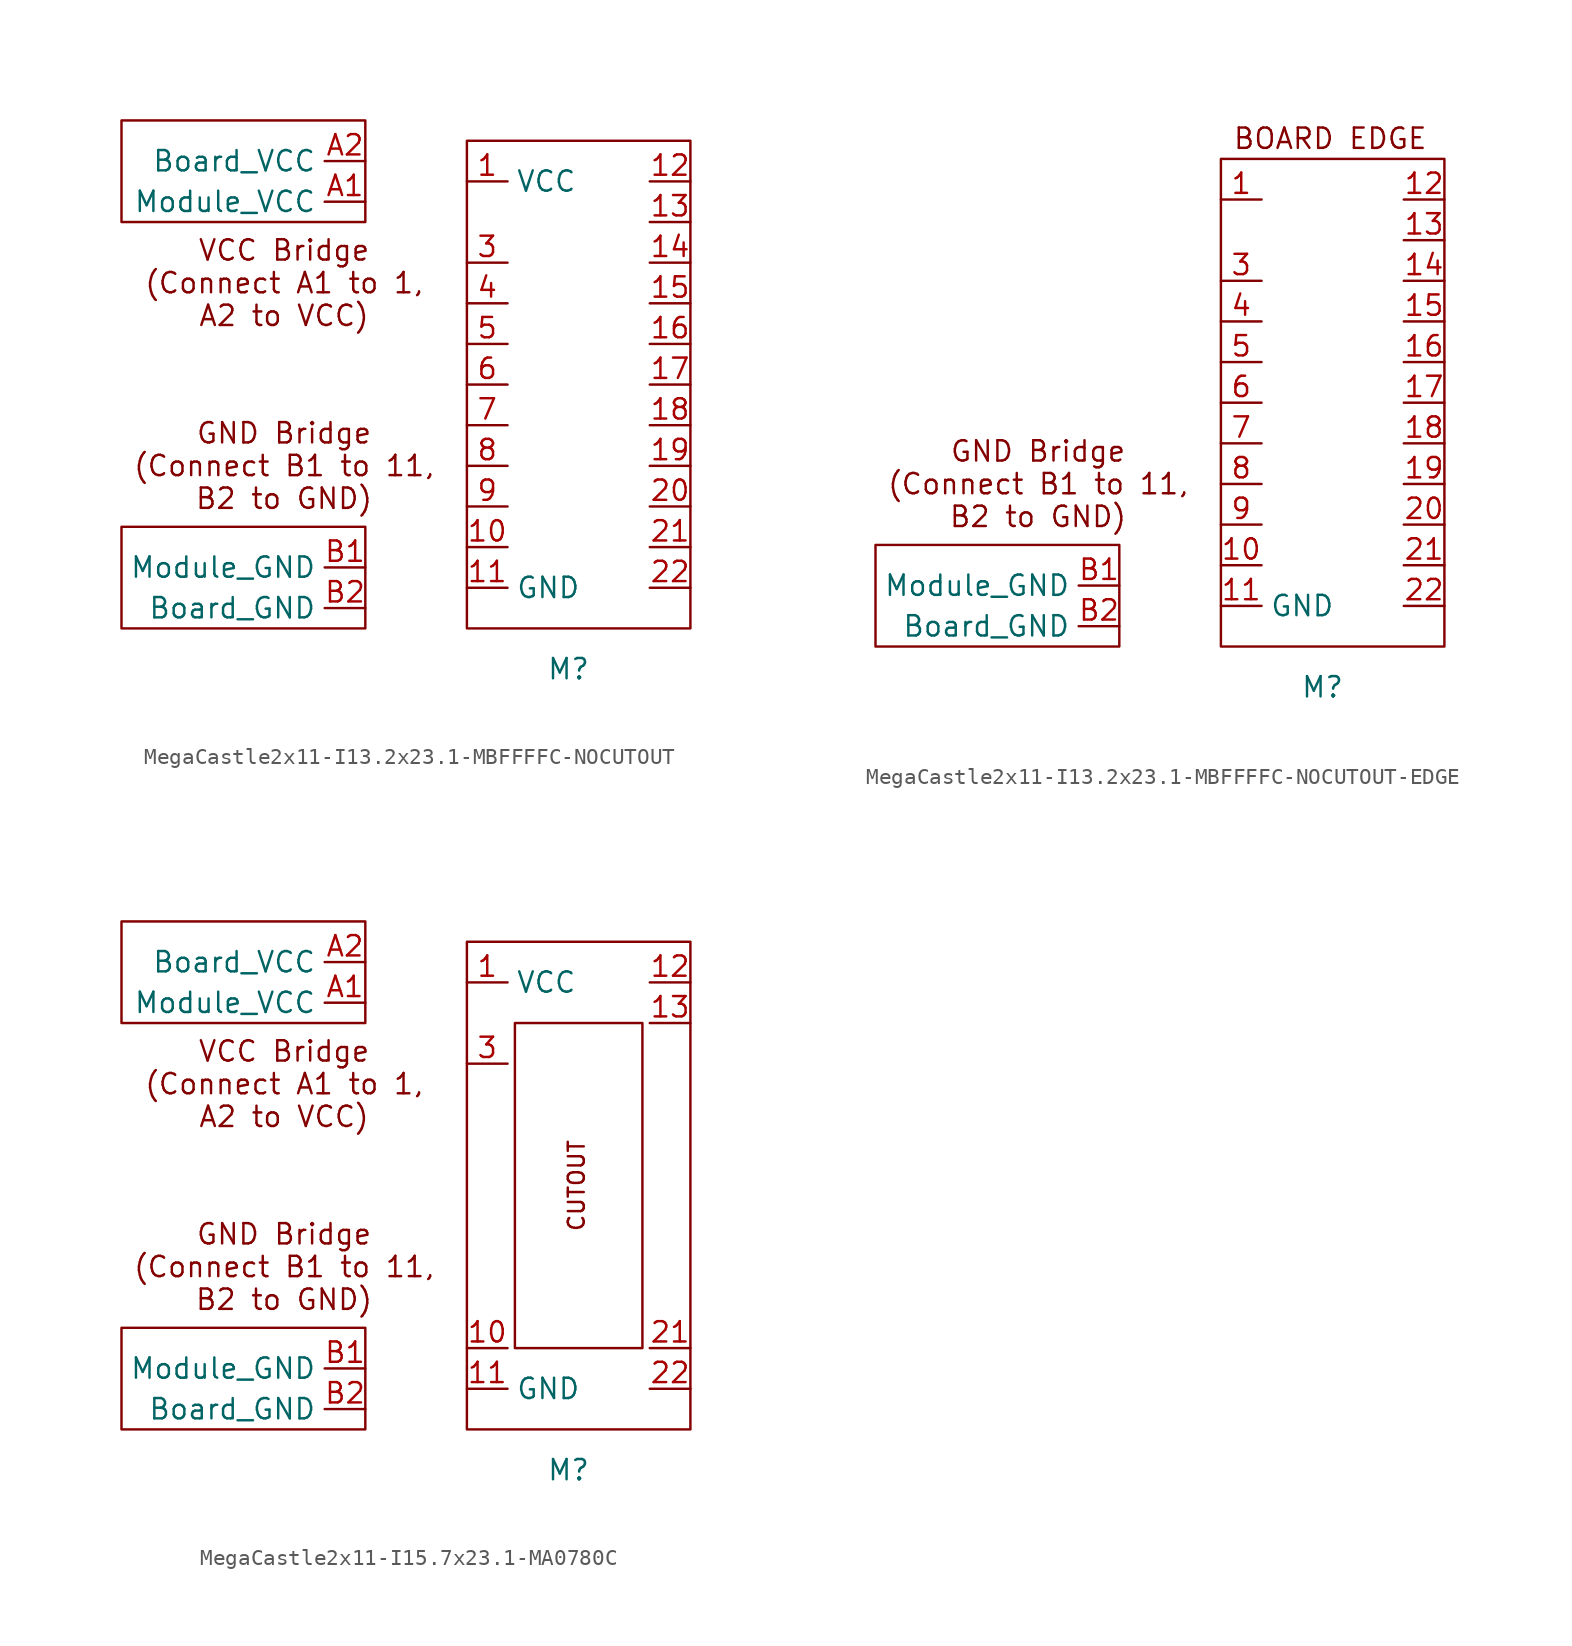
<source format=kicad_sym>
(kicad_symbol_lib
  (version 20241209)
  (generator "kicad_symbol_editor")
  (generator_version "9.0")
  (symbol "MegaCastle2x11-I13.2x23.1-MBFFFFC-NOCUTOUT"
    (property "Reference" "M"
      (at 0 -17.78 0)
      (effects (font (size 1.27 1.27))))
    (property "Value" ""
      (at 0 5.08 0)
      (effects (font (size 1.27 1.27))))
    (symbol "MegaCastle2x11-I13.2x23.1-MBFFFFC-NOCUTOUT_0_1"
      (rectangle (start -27.94 16.51) (end -12.7 10.16) (stroke (width 0) (type default)) (fill (type none)))
      (rectangle (start -27.94 -8.89) (end -12.7 -15.24) (stroke (width 0) (type default)) (fill (type none)))
      (rectangle (start -6.35 15.24) (end 7.62 -15.24) (stroke (width 0) (type default)) (fill (type none))))
    (symbol "MegaCastle2x11-I13.2x23.1-MBFFFFC-NOCUTOUT_1_1"
      (text "VCC Bridge\n(Connect A1 to 1,\nA2 to VCC)" (at -17.78 6.35 0) (effects (font (size 1.27 1.27))))
      (text "GND Bridge\n(Connect B1 to 11,\nB2 to GND)" (at -17.78 -5.08 0) (effects (font (size 1.27 1.27))))
      (pin bidirectional line (at -12.7 13.97 180) (length 2.54) (name "Board_VCC" (effects (font (size 1.27 1.27)))) (number "A2" (effects (font (size 1.27 1.27)))))
      (pin bidirectional line (at -12.7 11.43 180) (length 2.54) (name "Module_VCC" (effects (font (size 1.27 1.27)))) (number "A1" (effects (font (size 1.27 1.27)))))
      (pin bidirectional line (at -12.7 -11.43 180) (length 2.54) (name "Module_GND" (effects (font (size 1.27 1.27)))) (number "B1" (effects (font (size 1.27 1.27)))))
      (pin bidirectional line (at -12.7 -13.97 180) (length 2.54) (name "Board_GND" (effects (font (size 1.27 1.27)))) (number "B2" (effects (font (size 1.27 1.27)))))
      (pin bidirectional line (at -6.35 12.7 0) (length 2.54) (name "VCC" (effects (font (size 1.27 1.27)))) (number "1" (effects (font (size 1.27 1.27)))))
      (pin bidirectional line (at -6.35 7.62 0) (length 2.54) (name "" (effects (font (size 1.27 1.27)))) (number "3" (effects (font (size 1.27 1.27)))))
      (pin bidirectional line (at -6.35 5.08 0) (length 2.54) (name "" (effects (font (size 1.27 1.27)))) (number "4" (effects (font (size 1.27 1.27)))))
      (pin bidirectional line (at -6.35 2.54 0) (length 2.54) (name "" (effects (font (size 1.27 1.27)))) (number "5" (effects (font (size 1.27 1.27)))))
      (pin bidirectional line (at -6.35 0 0) (length 2.54) (name "" (effects (font (size 1.27 1.27)))) (number "6" (effects (font (size 1.27 1.27)))))
      (pin bidirectional line (at -6.35 -2.54 0) (length 2.54) (name "" (effects (font (size 1.27 1.27)))) (number "7" (effects (font (size 1.27 1.27)))))
      (pin bidirectional line (at -6.35 -5.08 0) (length 2.54) (name "" (effects (font (size 1.27 1.27)))) (number "8" (effects (font (size 1.27 1.27)))))
      (pin bidirectional line (at -6.35 -7.62 0) (length 2.54) (name "" (effects (font (size 1.27 1.27)))) (number "9" (effects (font (size 1.27 1.27)))))
      (pin bidirectional line (at -6.35 -10.16 0) (length 2.54) (name "" (effects (font (size 1.27 1.27)))) (number "10" (effects (font (size 1.27 1.27)))))
      (pin bidirectional line (at -6.35 -12.7 0) (length 2.54) (name "GND" (effects (font (size 1.27 1.27)))) (number "11" (effects (font (size 1.27 1.27)))))
      (pin bidirectional line (at 7.62 12.7 180) (length 2.54) (name "" (effects (font (size 1.27 1.27)))) (number "12" (effects (font (size 1.27 1.27)))))
      (pin bidirectional line (at 7.62 10.16 180) (length 2.54) (name "" (effects (font (size 1.27 1.27)))) (number "13" (effects (font (size 1.27 1.27)))))
      (pin bidirectional line (at 7.62 7.62 180) (length 2.54) (name "" (effects (font (size 1.27 1.27)))) (number "14" (effects (font (size 1.27 1.27)))))
      (pin bidirectional line (at 7.62 5.08 180) (length 2.54) (name "" (effects (font (size 1.27 1.27)))) (number "15" (effects (font (size 1.27 1.27)))))
      (pin bidirectional line (at 7.62 2.54 180) (length 2.54) (name "" (effects (font (size 1.27 1.27)))) (number "16" (effects (font (size 1.27 1.27)))))
      (pin bidirectional line (at 7.62 0 180) (length 2.54) (name "" (effects (font (size 1.27 1.27)))) (number "17" (effects (font (size 1.27 1.27)))))
      (pin bidirectional line (at 7.62 -2.54 180) (length 2.54) (name "" (effects (font (size 1.27 1.27)))) (number "18" (effects (font (size 1.27 1.27)))))
      (pin bidirectional line (at 7.62 -5.08 180) (length 2.54) (name "" (effects (font (size 1.27 1.27)))) (number "19" (effects (font (size 1.27 1.27)))))
      (pin bidirectional line (at 7.62 -7.62 180) (length 2.54) (name "" (effects (font (size 1.27 1.27)))) (number "20" (effects (font (size 1.27 1.27)))))
      (pin bidirectional line (at 7.62 -10.16 180) (length 2.54) (name "" (effects (font (size 1.27 1.27)))) (number "21" (effects (font (size 1.27 1.27)))))
      (pin bidirectional line (at 7.62 -12.7 180) (length 2.54) (name "" (effects (font (size 1.27 1.27)))) (number "22" (effects (font (size 1.27 1.27)))))))
  (symbol "MegaCastle2x11-I13.2x23.1-MBFFFFC-NOCUTOUT-EDGE"
    (property "Reference" "M"
      (at 0 -17.78 0)
      (effects (font (size 1.27 1.27))))
    (property "Value" ""
      (at 0 5.08 0)
      (effects (font (size 1.27 1.27))))
    (symbol "MegaCastle2x11-I13.2x23.1-MBFFFFC-NOCUTOUT-EDGE_0_1"
      (rectangle (start -27.94 -8.89) (end -12.7 -15.24) (stroke (width 0) (type default)) (fill (type none)))
      (rectangle (start -6.35 15.24) (end 7.62 -15.24) (stroke (width 0) (type default)) (fill (type none))))
    (symbol "MegaCastle2x11-I13.2x23.1-MBFFFFC-NOCUTOUT-EDGE_1_1"
      (text "GND Bridge\n(Connect B1 to 11,\nB2 to GND)" (at -17.78 -5.08 0) (effects (font (size 1.27 1.27))))
      (text " BOARD EDGE" (at 0 16.51 0) (effects (font (size 1.27 1.27))))
      (pin bidirectional line (at -12.7 -11.43 180) (length 2.54) (name "Module_GND" (effects (font (size 1.27 1.27)))) (number "B1" (effects (font (size 1.27 1.27)))))
      (pin bidirectional line (at -12.7 -13.97 180) (length 2.54) (name "Board_GND" (effects (font (size 1.27 1.27)))) (number "B2" (effects (font (size 1.27 1.27)))))
      (pin bidirectional line (at -6.35 12.7 0) (length 2.54) (name "" (effects (font (size 1.27 1.27)))) (number "1" (effects (font (size 1.27 1.27)))))
      (pin bidirectional line (at -6.35 7.62 0) (length 2.54) (name "" (effects (font (size 1.27 1.27)))) (number "3" (effects (font (size 1.27 1.27)))))
      (pin bidirectional line (at -6.35 5.08 0) (length 2.54) (name "" (effects (font (size 1.27 1.27)))) (number "4" (effects (font (size 1.27 1.27)))))
      (pin bidirectional line (at -6.35 2.54 0) (length 2.54) (name "" (effects (font (size 1.27 1.27)))) (number "5" (effects (font (size 1.27 1.27)))))
      (pin bidirectional line (at -6.35 0 0) (length 2.54) (name "" (effects (font (size 1.27 1.27)))) (number "6" (effects (font (size 1.27 1.27)))))
      (pin bidirectional line (at -6.35 -2.54 0) (length 2.54) (name "" (effects (font (size 1.27 1.27)))) (number "7" (effects (font (size 1.27 1.27)))))
      (pin bidirectional line (at -6.35 -5.08 0) (length 2.54) (name "" (effects (font (size 1.27 1.27)))) (number "8" (effects (font (size 1.27 1.27)))))
      (pin bidirectional line (at -6.35 -7.62 0) (length 2.54) (name "" (effects (font (size 1.27 1.27)))) (number "9" (effects (font (size 1.27 1.27)))))
      (pin bidirectional line (at -6.35 -10.16 0) (length 2.54) (name "" (effects (font (size 1.27 1.27)))) (number "10" (effects (font (size 1.27 1.27)))))
      (pin bidirectional line (at -6.35 -12.7 0) (length 2.54) (name "GND" (effects (font (size 1.27 1.27)))) (number "11" (effects (font (size 1.27 1.27)))))
      (pin bidirectional line (at 7.62 12.7 180) (length 2.54) (name "" (effects (font (size 1.27 1.27)))) (number "12" (effects (font (size 1.27 1.27)))))
      (pin bidirectional line (at 7.62 10.16 180) (length 2.54) (name "" (effects (font (size 1.27 1.27)))) (number "13" (effects (font (size 1.27 1.27)))))
      (pin bidirectional line (at 7.62 7.62 180) (length 2.54) (name "" (effects (font (size 1.27 1.27)))) (number "14" (effects (font (size 1.27 1.27)))))
      (pin bidirectional line (at 7.62 5.08 180) (length 2.54) (name "" (effects (font (size 1.27 1.27)))) (number "15" (effects (font (size 1.27 1.27)))))
      (pin bidirectional line (at 7.62 2.54 180) (length 2.54) (name "" (effects (font (size 1.27 1.27)))) (number "16" (effects (font (size 1.27 1.27)))))
      (pin bidirectional line (at 7.62 0 180) (length 2.54) (name "" (effects (font (size 1.27 1.27)))) (number "17" (effects (font (size 1.27 1.27)))))
      (pin bidirectional line (at 7.62 -2.54 180) (length 2.54) (name "" (effects (font (size 1.27 1.27)))) (number "18" (effects (font (size 1.27 1.27)))))
      (pin bidirectional line (at 7.62 -5.08 180) (length 2.54) (name "" (effects (font (size 1.27 1.27)))) (number "19" (effects (font (size 1.27 1.27)))))
      (pin bidirectional line (at 7.62 -7.62 180) (length 2.54) (name "" (effects (font (size 1.27 1.27)))) (number "20" (effects (font (size 1.27 1.27)))))
      (pin bidirectional line (at 7.62 -10.16 180) (length 2.54) (name "" (effects (font (size 1.27 1.27)))) (number "21" (effects (font (size 1.27 1.27)))))
      (pin bidirectional line (at 7.62 -12.7 180) (length 2.54) (name "" (effects (font (size 1.27 1.27)))) (number "22" (effects (font (size 1.27 1.27)))))))
  (symbol "MegaCastle2x11-I15.7x23.1-MA0780C"
    (property "Reference" "M"
      (at 0 -17.78 0)
      (effects (font (size 1.27 1.27))))
    (property "Value" ""
      (at 0 5.08 0)
      (effects (font (size 1.27 1.27))))
    (symbol "MegaCastle2x11-I15.7x23.1-MA0780C_0_1"
      (rectangle (start -27.94 16.51) (end -12.7 10.16) (stroke (width 0) (type default)) (fill (type none)))
      (rectangle (start -27.94 -8.89) (end -12.7 -15.24) (stroke (width 0) (type default)) (fill (type none)))
      (rectangle (start -6.35 15.24) (end 7.62 -15.24) (stroke (width 0) (type default)) (fill (type none)))
      (rectangle (start -3.35 10.16) (end 4.62 -10.16) (stroke (width 0) (type default)) (fill (type none))))
    (symbol "MegaCastle2x11-I15.7x23.1-MA0780C_1_1"
      (text "VCC Bridge\n(Connect A1 to 1,\nA2 to VCC)" (at -17.78 6.35 0) (effects (font (size 1.27 1.27))))
      (text "GND Bridge\n(Connect B1 to 11,\nB2 to GND)" (at -17.78 -5.08 0) (effects (font (size 1.27 1.27))))
      (text "CUTOUT" (at 0.5 0 900) (effects (font (size 1 1))))
      (pin bidirectional line (at -12.7 13.97 180) (length 2.54) (name "Board_VCC" (effects (font (size 1.27 1.27)))) (number "A2" (effects (font (size 1.27 1.27)))))
      (pin bidirectional line (at -12.7 11.43 180) (length 2.54) (name "Module_VCC" (effects (font (size 1.27 1.27)))) (number "A1" (effects (font (size 1.27 1.27)))))
      (pin bidirectional line (at -12.7 -11.43 180) (length 2.54) (name "Module_GND" (effects (font (size 1.27 1.27)))) (number "B1" (effects (font (size 1.27 1.27)))))
      (pin bidirectional line (at -12.7 -13.97 180) (length 2.54) (name "Board_GND" (effects (font (size 1.27 1.27)))) (number "B2" (effects (font (size 1.27 1.27)))))
      (pin bidirectional line (at -6.35 12.7 0) (length 2.54) (name "VCC" (effects (font (size 1.27 1.27)))) (number "1" (effects (font (size 1.27 1.27)))))
      (pin bidirectional line (at -6.35 7.62 0) (length 2.54) (name "" (effects (font (size 1.27 1.27)))) (number "3" (effects (font (size 1.27 1.27)))))
      (pin bidirectional line (at -6.35 -10.16 0) (length 2.54) (name "" (effects (font (size 1.27 1.27)))) (number "10" (effects (font (size 1.27 1.27)))))
      (pin bidirectional line (at -6.35 -12.7 0) (length 2.54) (name "GND" (effects (font (size 1.27 1.27)))) (number "11" (effects (font (size 1.27 1.27)))))
      (pin bidirectional line (at 7.62 12.7 180) (length 2.54) (name "" (effects (font (size 1.27 1.27)))) (number "12" (effects (font (size 1.27 1.27)))))
      (pin bidirectional line (at 7.62 10.16 180) (length 2.54) (name "" (effects (font (size 1.27 1.27)))) (number "13" (effects (font (size 1.27 1.27)))))
      (pin bidirectional line (at 7.62 -10.16 180) (length 2.54) (name "" (effects (font (size 1.27 1.27)))) (number "21" (effects (font (size 1.27 1.27)))))
      (pin bidirectional line (at 7.62 -12.7 180) (length 2.54) (name "" (effects (font (size 1.27 1.27)))) (number "22" (effects (font (size 1.27 1.27))))))))
</source>
